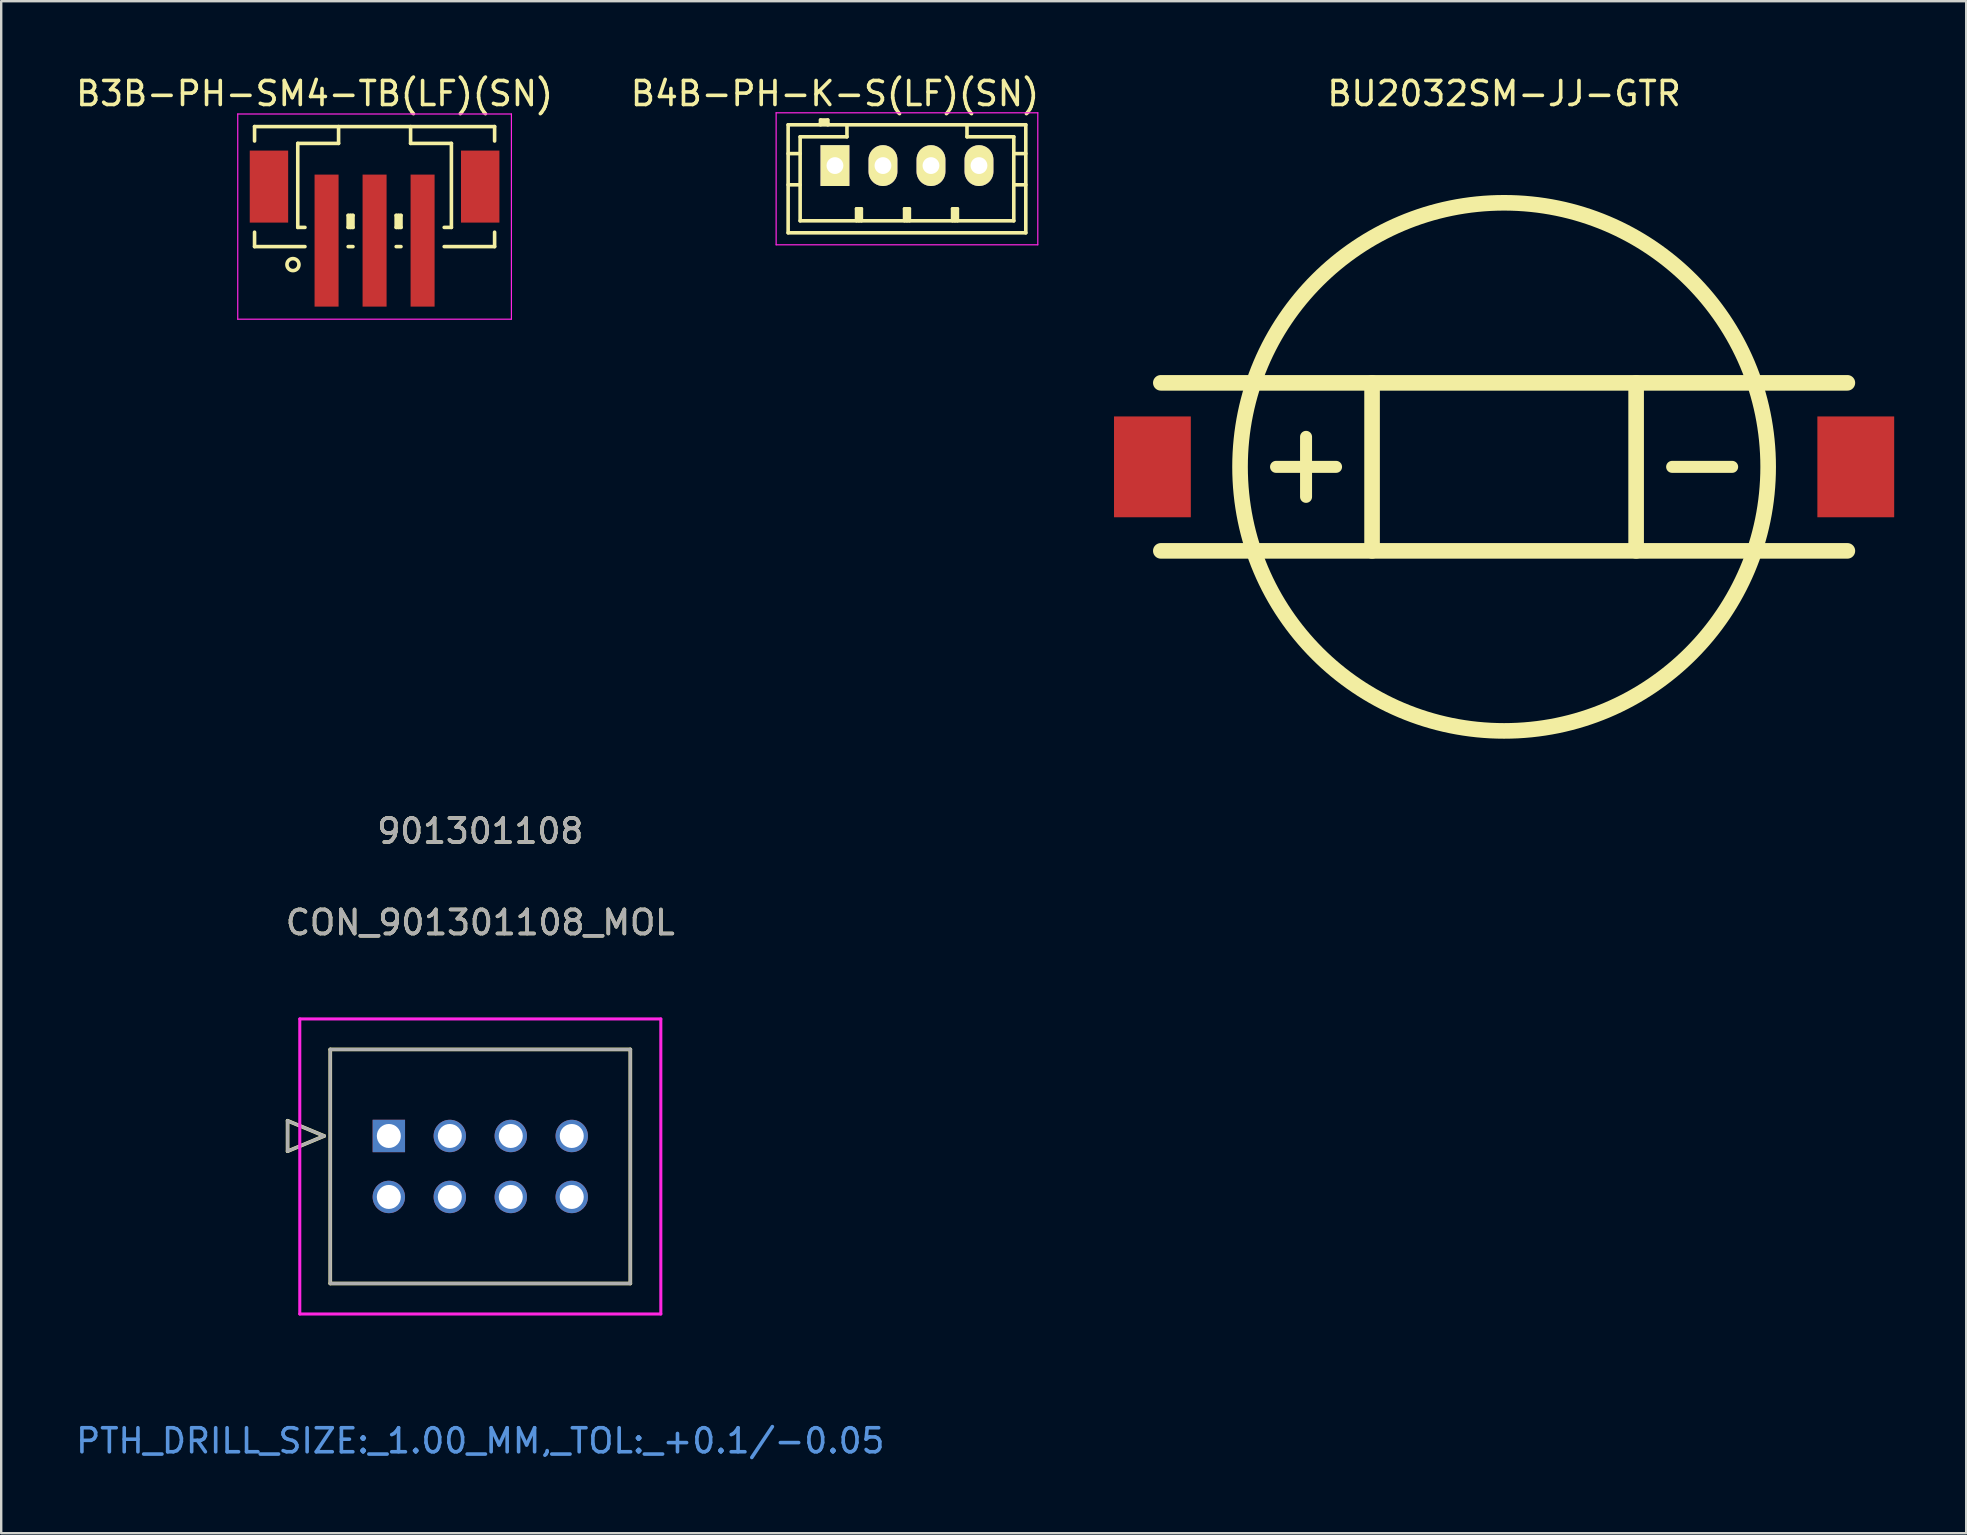
<source format=kicad_pcb>
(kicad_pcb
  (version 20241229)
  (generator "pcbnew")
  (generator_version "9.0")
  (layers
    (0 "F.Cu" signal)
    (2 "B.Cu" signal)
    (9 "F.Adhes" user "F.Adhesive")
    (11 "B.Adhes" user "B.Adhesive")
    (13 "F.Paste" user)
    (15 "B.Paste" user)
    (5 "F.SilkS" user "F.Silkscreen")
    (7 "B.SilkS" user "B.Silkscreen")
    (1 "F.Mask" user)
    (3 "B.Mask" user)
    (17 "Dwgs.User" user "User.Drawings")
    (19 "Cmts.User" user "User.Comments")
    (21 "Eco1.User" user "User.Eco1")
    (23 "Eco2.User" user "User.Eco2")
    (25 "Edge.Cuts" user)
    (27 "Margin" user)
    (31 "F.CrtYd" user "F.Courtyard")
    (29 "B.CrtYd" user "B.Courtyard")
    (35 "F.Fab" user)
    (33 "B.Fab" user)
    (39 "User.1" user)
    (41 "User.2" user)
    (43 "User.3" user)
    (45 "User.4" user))
  (footprint "CON_901301108_MOL"
    (layer "F.Cu")
    (at 13.148 44.272)
    (property "Reference" "CON_901301108_MOL" (at 3.81 -8.89 0) (unlocked yes) (layer "F.SilkS") (effects (font (size 1 1) (thickness 0.15))))
    (attr through_hole)
    (fp_line (start -4.218 -0.635) (end -4.218 0.635) (stroke (width 0.152) (type solid)) (layer "F.SilkS"))
    (fp_line (start -4.218 0.635) (end -2.694 0) (stroke (width 0.152) (type solid)) (layer "F.SilkS"))
    (fp_line (start -2.694 0) (end -4.218 -0.635) (stroke (width 0.152) (type solid)) (layer "F.SilkS"))
    (fp_line (start -2.44 -3.605) (end -2.44 6.145) (stroke (width 0.152) (type solid)) (layer "F.SilkS"))
    (fp_line (start -2.44 6.145) (end 10.06 6.145) (stroke (width 0.152) (type solid)) (layer "F.SilkS"))
    (fp_line (start 10.06 -3.605) (end -2.44 -3.605) (stroke (width 0.152) (type solid)) (layer "F.SilkS"))
    (fp_line (start 10.06 6.145) (end 10.06 -3.605) (stroke (width 0.152) (type solid)) (layer "F.SilkS"))
    (fp_line (start -3.71 -4.875) (end -3.71 7.415) (stroke (width 0.127) (type solid)) (layer "F.CrtYd"))
    (fp_line (start -3.71 7.415) (end 11.33 7.415) (stroke (width 0.127) (type solid)) (layer "F.CrtYd"))
    (fp_line (start 11.33 -4.875) (end -3.71 -4.875) (stroke (width 0.127) (type solid)) (layer "F.CrtYd"))
    (fp_line (start 11.33 7.415) (end 11.33 -4.875) (stroke (width 0.127) (type solid)) (layer "F.CrtYd"))
    (fp_line (start -4.218 -0.635) (end -4.218 0.635) (stroke (width 0.127) (type solid)) (layer "F.Fab"))
    (fp_line (start -4.218 0.635) (end -2.694 0) (stroke (width 0.127) (type solid)) (layer "F.Fab"))
    (fp_line (start -2.694 0) (end -4.218 -0.635) (stroke (width 0.127) (type solid)) (layer "F.Fab"))
    (fp_line (start -2.44 -3.605) (end -2.44 6.145) (stroke (width 0.127) (type solid)) (layer "F.Fab"))
    (fp_line (start -2.44 6.145) (end 10.06 6.145) (stroke (width 0.127) (type solid)) (layer "F.Fab"))
    (fp_line (start 10.06 -3.605) (end -2.44 -3.605) (stroke (width 0.127) (type solid)) (layer "F.Fab"))
    (fp_line (start 10.06 6.145) (end 10.06 -3.605) (stroke (width 0.127) (type solid)) (layer "F.Fab"))
    (fp_text user "901301108" (at 3.81 -12.7 0) (unlocked yes) (layer "F.SilkS") (effects (font (size 1 1) (thickness 0.15))))
    (fp_text user "PTH_DRILL_SIZE:_1.00_MM,_TOL:_+0.1/-0.05" (at 3.81 12.7 0) (unlocked yes) (layer "Cmts.User") (effects (font (size 1 1) (thickness 0.15))))
    (fp_text user "${REFERENCE}" (at 3.81 -8.89 0) (unlocked yes) (layer "F.Fab") (effects (font (size 1 1) (thickness 0.15))))
    (fp_text user "901301108" (at 3.81 -12.7 0) (unlocked yes) (layer "F.Fab") (effects (font (size 1 1) (thickness 0.15))))
    (pad "1" thru_hole rect (at 0 0) (size 1.35 1.35) (drill 1) (layers "*.Cu" "*.Mask"))
    (pad "2" thru_hole circle (at 0 2.54) (size 1.35 1.35) (drill 1) (layers "*.Cu" "*.Mask"))
    (pad "3" thru_hole circle (at 2.54 0 90) (size 1.35 1.35) (drill 1) (layers "*.Cu" "*.Mask"))
    (pad "4" thru_hole circle (at 2.54 2.54 90) (size 1.35 1.35) (drill 1) (layers "*.Cu" "*.Mask"))
    (pad "5" thru_hole circle (at 5.08 0 90) (size 1.35 1.35) (drill 1) (layers "*.Cu" "*.Mask"))
    (pad "6" thru_hole circle (at 5.08 2.54 90) (size 1.35 1.35) (drill 1) (layers "*.Cu" "*.Mask"))
    (pad "7" thru_hole circle (at 7.62 0 90) (size 1.35 1.35) (drill 1) (layers "*.Cu" "*.Mask"))
    (pad "8" thru_hole circle (at 7.62 2.54 90) (size 1.35 1.35) (drill 1) (layers "*.Cu" "*.Mask")))
  (footprint "B3B-PH-SM4-TB(LF)(SN)"
    (layer "F.Cu")
    (at 12.554 5.848)
    (property "Reference" "B3B-PH-SM4-TB(LF)(SN)" (at -2.5 -5 0) (layer "F.SilkS") (effects (font (size 1 1) (thickness 0.15))))
    (attr smd)
    (fp_line (start -5 -3.625) (end 5 -3.625) (stroke (width 0.15) (type solid)) (layer "F.SilkS"))
    (fp_line (start -5 -3.025) (end -5 -3.625) (stroke (width 0.15) (type solid)) (layer "F.SilkS"))
    (fp_line (start -5 0.775) (end -5 1.375) (stroke (width 0.15) (type solid)) (layer "F.SilkS"))
    (fp_line (start -5 1.375) (end -2.9 1.375) (stroke (width 0.15) (type solid)) (layer "F.SilkS"))
    (fp_line (start -3.2 -2.925) (end -3.2 0.575) (stroke (width 0.15) (type solid)) (layer "F.SilkS"))
    (fp_line (start -3.2 0.575) (end -2.9 0.575) (stroke (width 0.15) (type solid)) (layer "F.SilkS"))
    (fp_line (start -1.5 -3.625) (end -1.5 -2.925) (stroke (width 0.15) (type solid)) (layer "F.SilkS"))
    (fp_line (start -1.5 -2.925) (end -3.2 -2.925) (stroke (width 0.15) (type solid)) (layer "F.SilkS"))
    (fp_line (start -1.1 0.075) (end -0.9 0.075) (stroke (width 0.15) (type solid)) (layer "F.SilkS"))
    (fp_line (start -1.1 0.575) (end -1.1 0.075) (stroke (width 0.15) (type solid)) (layer "F.SilkS"))
    (fp_line (start -1.1 0.575) (end -0.9 0.575) (stroke (width 0.15) (type solid)) (layer "F.SilkS"))
    (fp_line (start -1.1 1.375) (end -0.9 1.375) (stroke (width 0.15) (type solid)) (layer "F.SilkS"))
    (fp_line (start -1 0.575) (end -1 0.075) (stroke (width 0.15) (type solid)) (layer "F.SilkS"))
    (fp_line (start -0.9 0.075) (end -0.9 0.575) (stroke (width 0.15) (type solid)) (layer "F.SilkS"))
    (fp_line (start 0.9 0.075) (end 1.1 0.075) (stroke (width 0.15) (type solid)) (layer "F.SilkS"))
    (fp_line (start 0.9 0.575) (end 0.9 0.075) (stroke (width 0.15) (type solid)) (layer "F.SilkS"))
    (fp_line (start 0.9 0.575) (end 1.1 0.575) (stroke (width 0.15) (type solid)) (layer "F.SilkS"))
    (fp_line (start 0.9 1.375) (end 1.1 1.375) (stroke (width 0.15) (type solid)) (layer "F.SilkS"))
    (fp_line (start 1 0.575) (end 1 0.075) (stroke (width 0.15) (type solid)) (layer "F.SilkS"))
    (fp_line (start 1.1 0.075) (end 1.1 0.575) (stroke (width 0.15) (type solid)) (layer "F.SilkS"))
    (fp_line (start 1.5 -3.625) (end 1.5 -2.925) (stroke (width 0.15) (type solid)) (layer "F.SilkS"))
    (fp_line (start 1.5 -2.925) (end 3.2 -2.925) (stroke (width 0.15) (type solid)) (layer "F.SilkS"))
    (fp_line (start 3.2 -2.925) (end 3.2 0.575) (stroke (width 0.15) (type solid)) (layer "F.SilkS"))
    (fp_line (start 3.2 0.575) (end 2.9 0.575) (stroke (width 0.15) (type solid)) (layer "F.SilkS"))
    (fp_line (start 5 -3.625) (end 5 -3.025) (stroke (width 0.15) (type solid)) (layer "F.SilkS"))
    (fp_line (start 5 0.775) (end 5 1.375) (stroke (width 0.15) (type solid)) (layer "F.SilkS"))
    (fp_line (start 5 1.375) (end 2.9 1.375) (stroke (width 0.15) (type solid)) (layer "F.SilkS"))
    (fp_circle (center -3.4 2.125) (end -3.15 2.125) (stroke (width 0.15) (type solid)) (fill no) (layer "F.SilkS"))
    (fp_line (start -5.7 -4.15) (end 5.7 -4.15) (stroke (width 0.05) (type solid)) (layer "F.CrtYd"))
    (fp_line (start -5.7 4.4) (end -5.7 -4.15) (stroke (width 0.05) (type solid)) (layer "F.CrtYd"))
    (fp_line (start 5.7 -4.15) (end 5.7 4.4) (stroke (width 0.05) (type solid)) (layer "F.CrtYd"))
    (fp_line (start 5.7 4.4) (end -5.7 4.4) (stroke (width 0.05) (type solid)) (layer "F.CrtYd"))
    (pad "" smd rect (at -4.4 -1.125) (size 1.6 3) (layers "F.Cu" "F.Mask" "F.Paste"))
    (pad "" smd rect (at 4.4 -1.125) (size 1.6 3) (layers "F.Cu" "F.Mask" "F.Paste"))
    (pad "1" smd rect (at -2 1.125) (size 1 5.5) (layers "F.Cu" "F.Mask" "F.Paste"))
    (pad "2" smd rect (at 0 1.125) (size 1 5.5) (layers "F.Cu" "F.Mask" "F.Paste"))
    (pad "3" smd rect (at 2 1.125) (size 1 5.5) (layers "F.Cu" "F.Mask" "F.Paste")))
  (footprint "BU2032SM-JJ-GTR"
    (layer "F.Cu")
    (at 59.607 16.398)
    (property "Reference" "BU2032SM-JJ-GTR" (at 0 -15.55 0) (layer "F.SilkS") (effects (font (size 1 1) (thickness 0.15))))
    (attr through_hole)
    (fp_line (start -9.5 0) (end -7 0) (stroke (width 0.5) (type solid)) (layer "F.SilkS"))
    (fp_line (start -8.25 1.25) (end -8.25 -1.25) (stroke (width 0.5) (type solid)) (layer "F.SilkS"))
    (fp_line (start -5.5 -3.5) (end -5.5 3.5) (stroke (width 0.65) (type solid)) (layer "F.SilkS"))
    (fp_line (start -5.5 -3.5) (end 5.5 -3.5) (stroke (width 0.5) (type solid)) (layer "F.SilkS"))
    (fp_line (start -5.5 3.5) (end 5.5 3.5) (stroke (width 0.5) (type solid)) (layer "F.SilkS"))
    (fp_line (start 5.5 -3.5) (end 5.5 3.5) (stroke (width 0.65) (type solid)) (layer "F.SilkS"))
    (fp_line (start 7 0) (end 9.5 0) (stroke (width 0.5) (type solid)) (layer "F.SilkS"))
    (fp_line (start 14.3 -3.5) (end -14.3 -3.5) (stroke (width 0.65) (type solid)) (layer "F.SilkS"))
    (fp_line (start 14.3 3.5) (end -14.3 3.5) (stroke (width 0.65) (type solid)) (layer "F.SilkS"))
    (fp_circle (center 0 0) (end 11 0) (stroke (width 0.65) (type solid)) (fill no) (layer "F.SilkS"))
    (fp_circle (center 0 0.1) (end 11 0.1) (stroke (width 0.12) (type solid)) (fill no) (layer "Eco1.User"))
    (pad "1" smd rect (at -14.65 0) (size 3.2 4.2) (layers "F.Cu" "F.Mask" "F.Paste"))
    (pad "2" smd rect (at 14.65 0) (size 3.2 4.2) (layers "F.Cu" "F.Mask" "F.Paste")))
  (footprint "B4B-PH-K-S(LF)(SN)"
    (layer "F.Cu")
    (at 31.732 3.848)
    (property "Reference" "B4B-PH-K-S(LF)(SN)" (at 0 -3 0) (layer "F.SilkS") (effects (font (size 1 1) (thickness 0.15))))
    (attr through_hole)
    (fp_line (start -1.95 -1.7) (end 7.95 -1.7) (stroke (width 0.15) (type solid)) (layer "F.SilkS"))
    (fp_line (start -1.95 -0.5) (end -1.45 -0.5) (stroke (width 0.15) (type solid)) (layer "F.SilkS"))
    (fp_line (start -1.95 0.8) (end -1.45 0.8) (stroke (width 0.15) (type solid)) (layer "F.SilkS"))
    (fp_line (start -1.95 2.8) (end -1.95 -1.7) (stroke (width 0.15) (type solid)) (layer "F.SilkS"))
    (fp_line (start -1.45 -1.2) (end -1.45 2.3) (stroke (width 0.15) (type solid)) (layer "F.SilkS"))
    (fp_line (start -1.45 2.3) (end 7.45 2.3) (stroke (width 0.15) (type solid)) (layer "F.SilkS"))
    (fp_line (start -0.6 -1.9) (end -0.6 -1.7) (stroke (width 0.15) (type solid)) (layer "F.SilkS"))
    (fp_line (start -0.3 -1.9) (end -0.6 -1.9) (stroke (width 0.15) (type solid)) (layer "F.SilkS"))
    (fp_line (start -0.3 -1.8) (end -0.6 -1.8) (stroke (width 0.15) (type solid)) (layer "F.SilkS"))
    (fp_line (start -0.3 -1.7) (end -0.3 -1.9) (stroke (width 0.15) (type solid)) (layer "F.SilkS"))
    (fp_line (start 0.5 -1.7) (end 0.5 -1.2) (stroke (width 0.15) (type solid)) (layer "F.SilkS"))
    (fp_line (start 0.5 -1.2) (end -1.45 -1.2) (stroke (width 0.15) (type solid)) (layer "F.SilkS"))
    (fp_line (start 0.9 1.8) (end 1.1 1.8) (stroke (width 0.15) (type solid)) (layer "F.SilkS"))
    (fp_line (start 0.9 2.3) (end 0.9 1.8) (stroke (width 0.15) (type solid)) (layer "F.SilkS"))
    (fp_line (start 1 2.3) (end 1 1.8) (stroke (width 0.15) (type solid)) (layer "F.SilkS"))
    (fp_line (start 1.1 1.8) (end 1.1 2.3) (stroke (width 0.15) (type solid)) (layer "F.SilkS"))
    (fp_line (start 2.9 1.8) (end 3.1 1.8) (stroke (width 0.15) (type solid)) (layer "F.SilkS"))
    (fp_line (start 2.9 2.3) (end 2.9 1.8) (stroke (width 0.15) (type solid)) (layer "F.SilkS"))
    (fp_line (start 3 2.3) (end 3 1.8) (stroke (width 0.15) (type solid)) (layer "F.SilkS"))
    (fp_line (start 3.1 1.8) (end 3.1 2.3) (stroke (width 0.15) (type solid)) (layer "F.SilkS"))
    (fp_line (start 4.9 1.8) (end 5.1 1.8) (stroke (width 0.15) (type solid)) (layer "F.SilkS"))
    (fp_line (start 4.9 2.3) (end 4.9 1.8) (stroke (width 0.15) (type solid)) (layer "F.SilkS"))
    (fp_line (start 5 2.3) (end 5 1.8) (stroke (width 0.15) (type solid)) (layer "F.SilkS"))
    (fp_line (start 5.1 1.8) (end 5.1 2.3) (stroke (width 0.15) (type solid)) (layer "F.SilkS"))
    (fp_line (start 5.5 -1.2) (end 5.5 -1.7) (stroke (width 0.15) (type solid)) (layer "F.SilkS"))
    (fp_line (start 7.45 -1.2) (end 5.5 -1.2) (stroke (width 0.15) (type solid)) (layer "F.SilkS"))
    (fp_line (start 7.45 -0.5) (end 7.95 -0.5) (stroke (width 0.15) (type solid)) (layer "F.SilkS"))
    (fp_line (start 7.45 0.8) (end 7.95 0.8) (stroke (width 0.15) (type solid)) (layer "F.SilkS"))
    (fp_line (start 7.45 2.3) (end 7.45 -1.2) (stroke (width 0.15) (type solid)) (layer "F.SilkS"))
    (fp_line (start 7.95 -1.7) (end 7.95 2.8) (stroke (width 0.15) (type solid)) (layer "F.SilkS"))
    (fp_line (start 7.95 2.8) (end -1.95 2.8) (stroke (width 0.15) (type solid)) (layer "F.SilkS"))
    (fp_line (start -2.45 -2.2) (end 8.45 -2.2) (stroke (width 0.05) (type solid)) (layer "F.CrtYd"))
    (fp_line (start -2.45 3.3) (end -2.45 -2.2) (stroke (width 0.05) (type solid)) (layer "F.CrtYd"))
    (fp_line (start 8.45 -2.2) (end 8.45 3.3) (stroke (width 0.05) (type solid)) (layer "F.CrtYd"))
    (fp_line (start 8.45 3.3) (end -2.45 3.3) (stroke (width 0.05) (type solid)) (layer "F.CrtYd"))
    (pad "1" thru_hole rect (at 0 0) (size 1.2 1.7) (drill 0.7) (layers "*.Cu" "*.Mask" "F.SilkS"))
    (pad "2" thru_hole oval (at 2 0) (size 1.2 1.7) (drill 0.7) (layers "*.Cu" "*.Mask" "F.SilkS"))
    (pad "3" thru_hole oval (at 4 0) (size 1.2 1.7) (drill 0.7) (layers "*.Cu" "*.Mask" "F.SilkS"))
    (pad "4" thru_hole oval (at 6 0) (size 1.2 1.7) (drill 0.7) (layers "*.Cu" "*.Mask" "F.SilkS")))
  (gr_rect
    (start -3 -3)
    (end 78.857 60.82)
    (stroke (width 0.1) (type default))
    (fill no)
    (layer "Edge.Cuts")))
</source>
